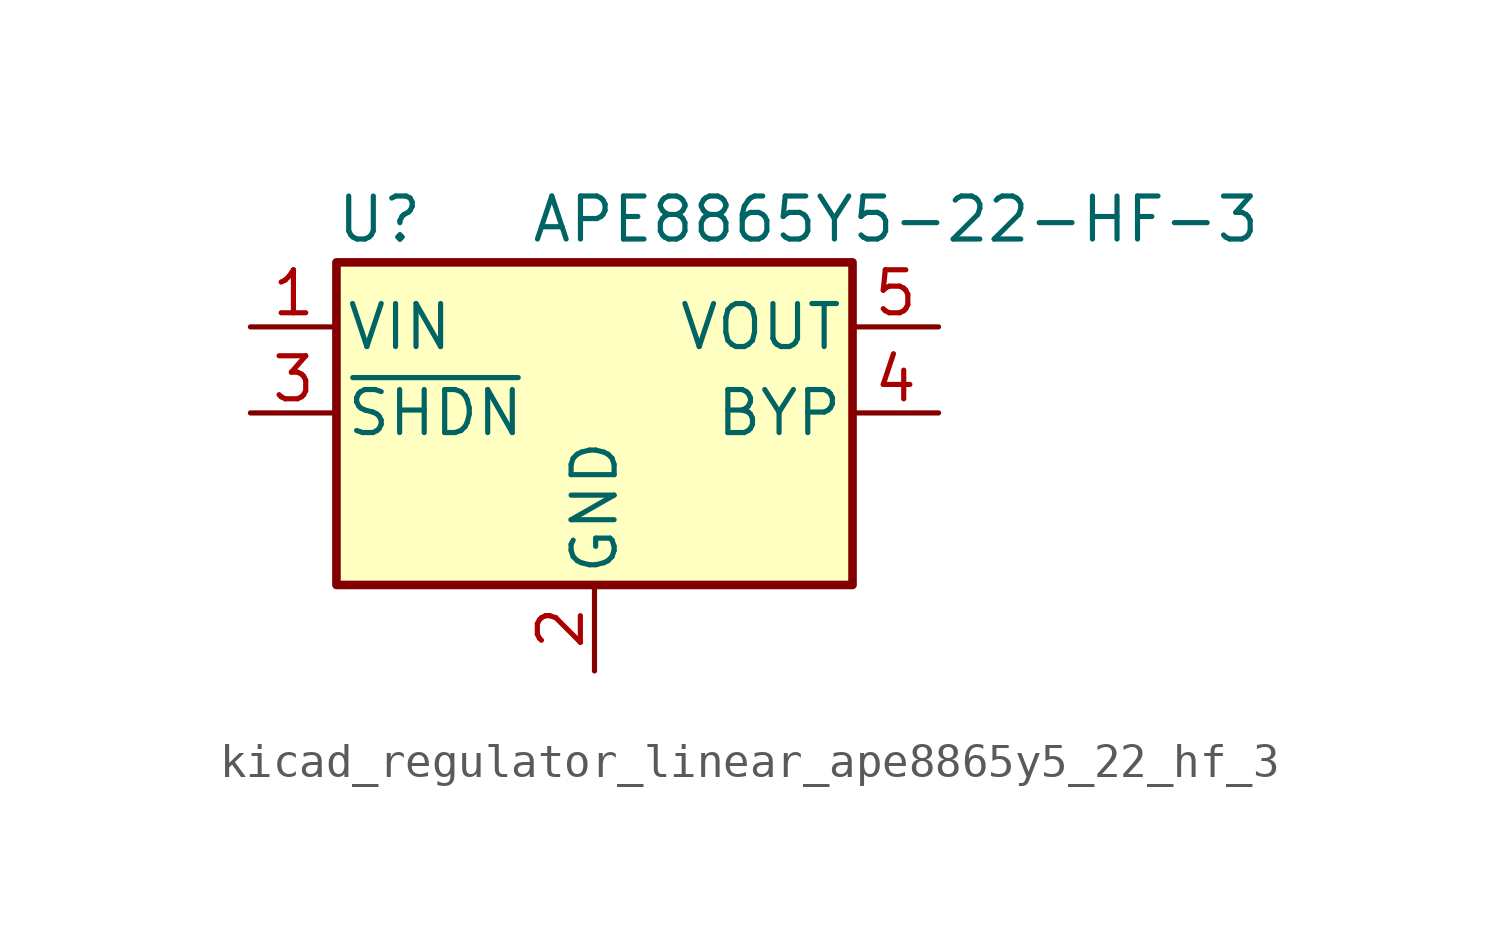
<source format=kicad_sym>
(kicad_symbol_lib
  (version 20220914)
  (generator kicad_symbol_editor)
  (symbol "kicad_regulator_linear_ape8865y5_22_hf_3"
    (pin_names
      (offset 0.254))
    (property "Reference" "U"
      (at -6.35 5.715 0)
      (effects (font (size 1.27 1.27))))
    (property "Value" "APE8865Y5-22-HF-3"
      (at -1.905 5.715 0)
      (effects (font (size 1.27 1.27)) (justify left)))
    (symbol "kicad_regulator_linear_ape8865y5_22_hf_3_0_1"
      (rectangle (start -7.62 4.445) (end 7.62 -5.08) (stroke (width 0.254) (type default)) (fill (type background))))
    (symbol "kicad_regulator_linear_ape8865y5_22_hf_3_1_1"
      (pin power_in line (at -10.16 2.54 0) (length 2.54) (name "VIN" (effects (font (size 1.27 1.27)))) (number "1" (effects (font (size 1.27 1.27)))))
      (pin power_in line (at 0 -7.62 90) (length 2.54) (name "GND" (effects (font (size 1.27 1.27)))) (number "2" (effects (font (size 1.27 1.27)))))
      (pin input line (at -10.16 0 0) (length 2.54) (name "~{SHDN}" (effects (font (size 1.27 1.27)))) (number "3" (effects (font (size 1.27 1.27)))))
      (pin input line (at 10.16 0 180) (length 2.54) (name "BYP" (effects (font (size 1.27 1.27)))) (number "4" (effects (font (size 1.27 1.27)))))
      (pin power_out line (at 10.16 2.54 180) (length 2.54) (name "VOUT" (effects (font (size 1.27 1.27)))) (number "5" (effects (font (size 1.27 1.27))))))))
</source>
